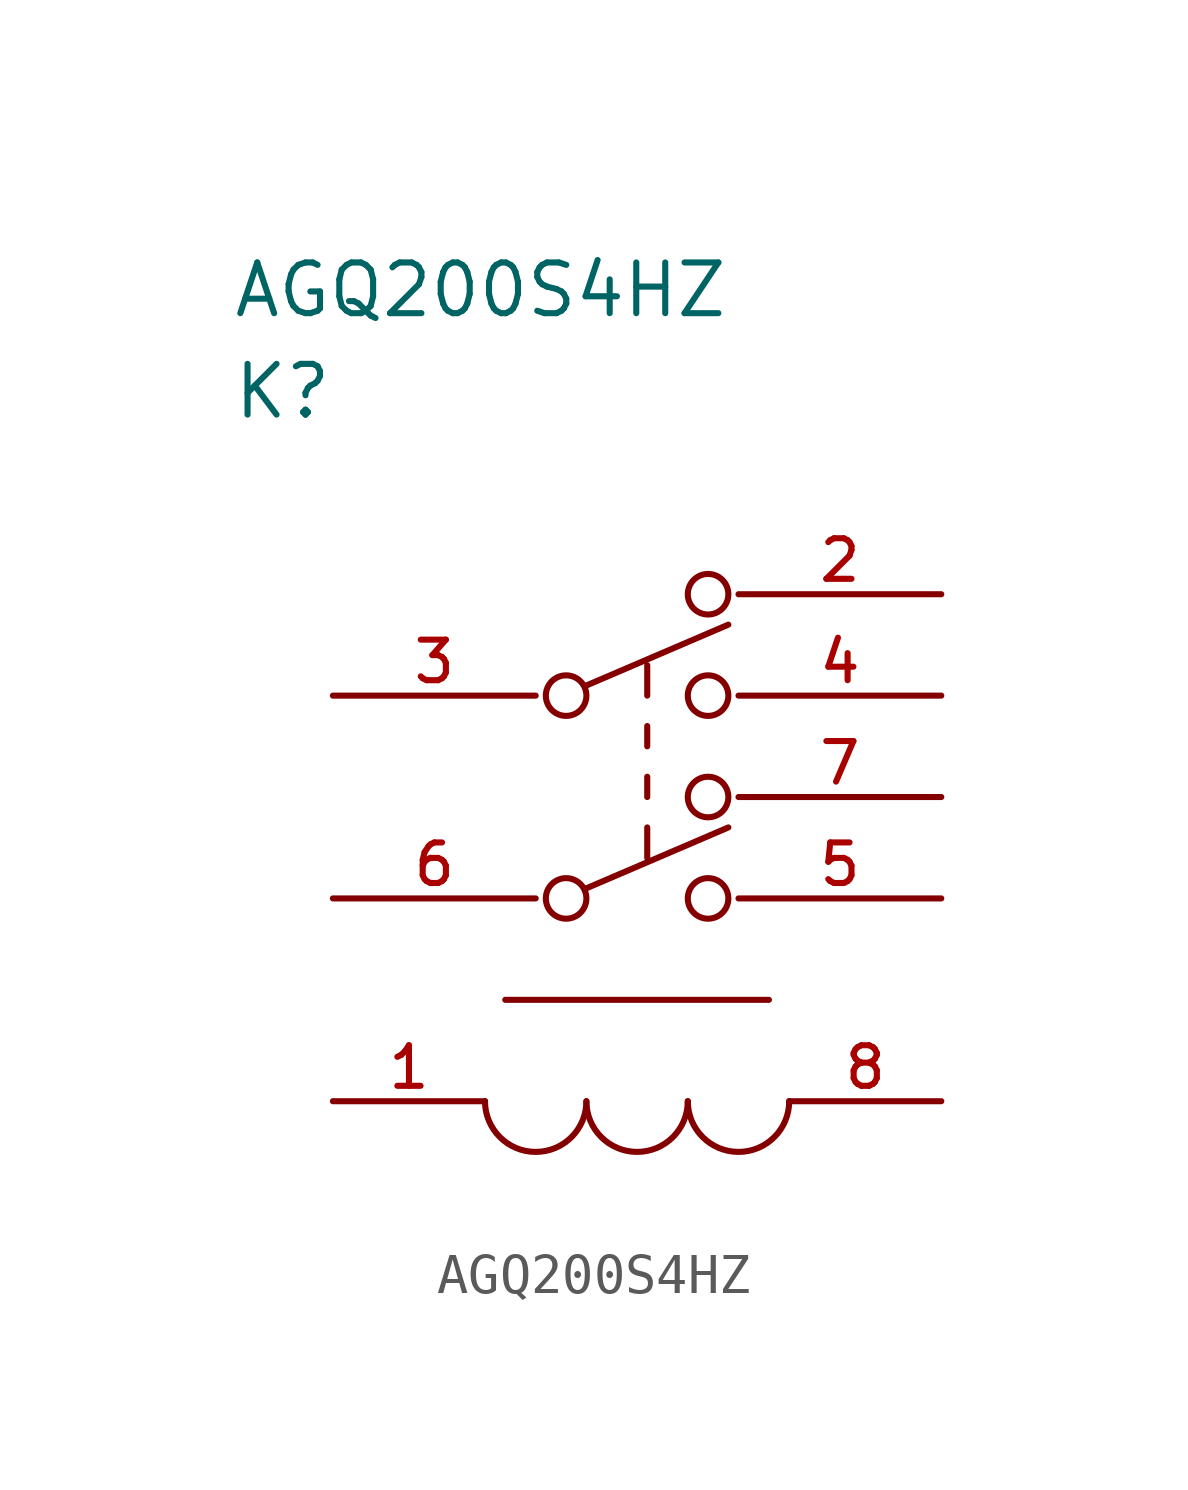
<source format=kicad_sym>
(kicad_symbol_lib
  (version 20211014)
  (generator kicad_symbol_editor)
  (symbol "AGQ200S4HZ"
    (pin_names
      (offset 1.016))
    (property "Reference" "K"
      (at 0 7.62 0)
      (effects (font (size 1.27 1.27)) (justify left)))
    (property "Value" "AGQ200S4HZ"
      (at 0 10.16 0)
      (effects (font (size 1.27 1.27)) (justify left)))
    (property "ki_locked" ""
      (at 0 0 0)
      (effects (font (size 1.27 1.27))))
    (symbol "AGQ200S4HZ_1_1"
      (polyline (pts (xy 8.89 -4.826) (xy 12.446 -3.302)) (stroke (width 0) (type default) (color 0 0 0 0)) (fill (type none)))
      (polyline (pts (xy 8.89 0.254) (xy 12.446 1.778)) (stroke (width 0) (type default) (color 0 0 0 0)) (fill (type none)))
      (polyline (pts (xy 10.414 -3.302) (xy 10.414 -4.064)) (stroke (width 0) (type default) (color 0 0 0 0)) (fill (type none)))
      (polyline (pts (xy 10.414 -2.032) (xy 10.414 -2.54)) (stroke (width 0) (type default) (color 0 0 0 0)) (fill (type none)))
      (polyline (pts (xy 10.414 -0.762) (xy 10.414 -1.27)) (stroke (width 0) (type default) (color 0 0 0 0)) (fill (type none)))
      (polyline (pts (xy 10.414 0.762) (xy 10.414 0)) (stroke (width 0) (type default) (color 0 0 0 0)) (fill (type none)))
      (polyline (pts (xy 13.462 -7.62) (xy 6.858 -7.62)) (stroke (width 0) (type default) (color 0 0 0 0)) (fill (type none)))
      (arc (start 6.35 -10.16) (mid 7.62 -11.43) (end 8.89 -10.16) (stroke (width 0) (type default) (color 0 0 0 0)) (fill (type none)))
      (circle (center 8.382 -5.08) (radius 0.508) (stroke (width 0) (type default) (color 0 0 0 0)) (fill (type none)))
      (circle (center 8.382 0) (radius 0.508) (stroke (width 0) (type default) (color 0 0 0 0)) (fill (type none)))
      (arc (start 8.89 -10.16) (mid 10.16 -11.43) (end 11.43 -10.16) (stroke (width 0) (type default) (color 0 0 0 0)) (fill (type none)))
      (arc (start 11.43 -10.16) (mid 12.7 -11.43) (end 13.97 -10.16) (stroke (width 0) (type default) (color 0 0 0 0)) (fill (type none)))
      (circle (center 11.938 -5.08) (radius 0.508) (stroke (width 0) (type default) (color 0 0 0 0)) (fill (type none)))
      (circle (center 11.938 -2.54) (radius 0.508) (stroke (width 0) (type default) (color 0 0 0 0)) (fill (type none)))
      (circle (center 11.938 0) (radius 0.508) (stroke (width 0) (type default) (color 0 0 0 0)) (fill (type none)))
      (circle (center 11.938 2.54) (radius 0.508) (stroke (width 0) (type default) (color 0 0 0 0)) (fill (type none)))
      (pin passive line (at 2.54 -10.16 0) (length 3.81) (name "1" (effects (font (size 0 0)))) (number "1" (effects (font (size 1.016 1.016)))))
      (pin passive line (at 17.78 2.54 180) (length 5.08) (name "2" (effects (font (size 0 0)))) (number "2" (effects (font (size 1.016 1.016)))))
      (pin passive line (at 2.54 0 0) (length 5.08) (name "3" (effects (font (size 0 0)))) (number "3" (effects (font (size 1.016 1.016)))))
      (pin passive line (at 17.78 0 180) (length 5.08) (name "4" (effects (font (size 0 0)))) (number "4" (effects (font (size 1.016 1.016)))))
      (pin passive line (at 17.78 -5.08 180) (length 5.08) (name "5" (effects (font (size 0 0)))) (number "5" (effects (font (size 1.016 1.016)))))
      (pin passive line (at 2.54 -5.08 0) (length 5.08) (name "6" (effects (font (size 0 0)))) (number "6" (effects (font (size 1.016 1.016)))))
      (pin passive line (at 17.78 -2.54 180) (length 5.08) (name "7" (effects (font (size 0 0)))) (number "7" (effects (font (size 1.016 1.016)))))
      (pin passive line (at 17.78 -10.16 180) (length 3.81) (name "8" (effects (font (size 0 0)))) (number "8" (effects (font (size 1.016 1.016))))))))
</source>
